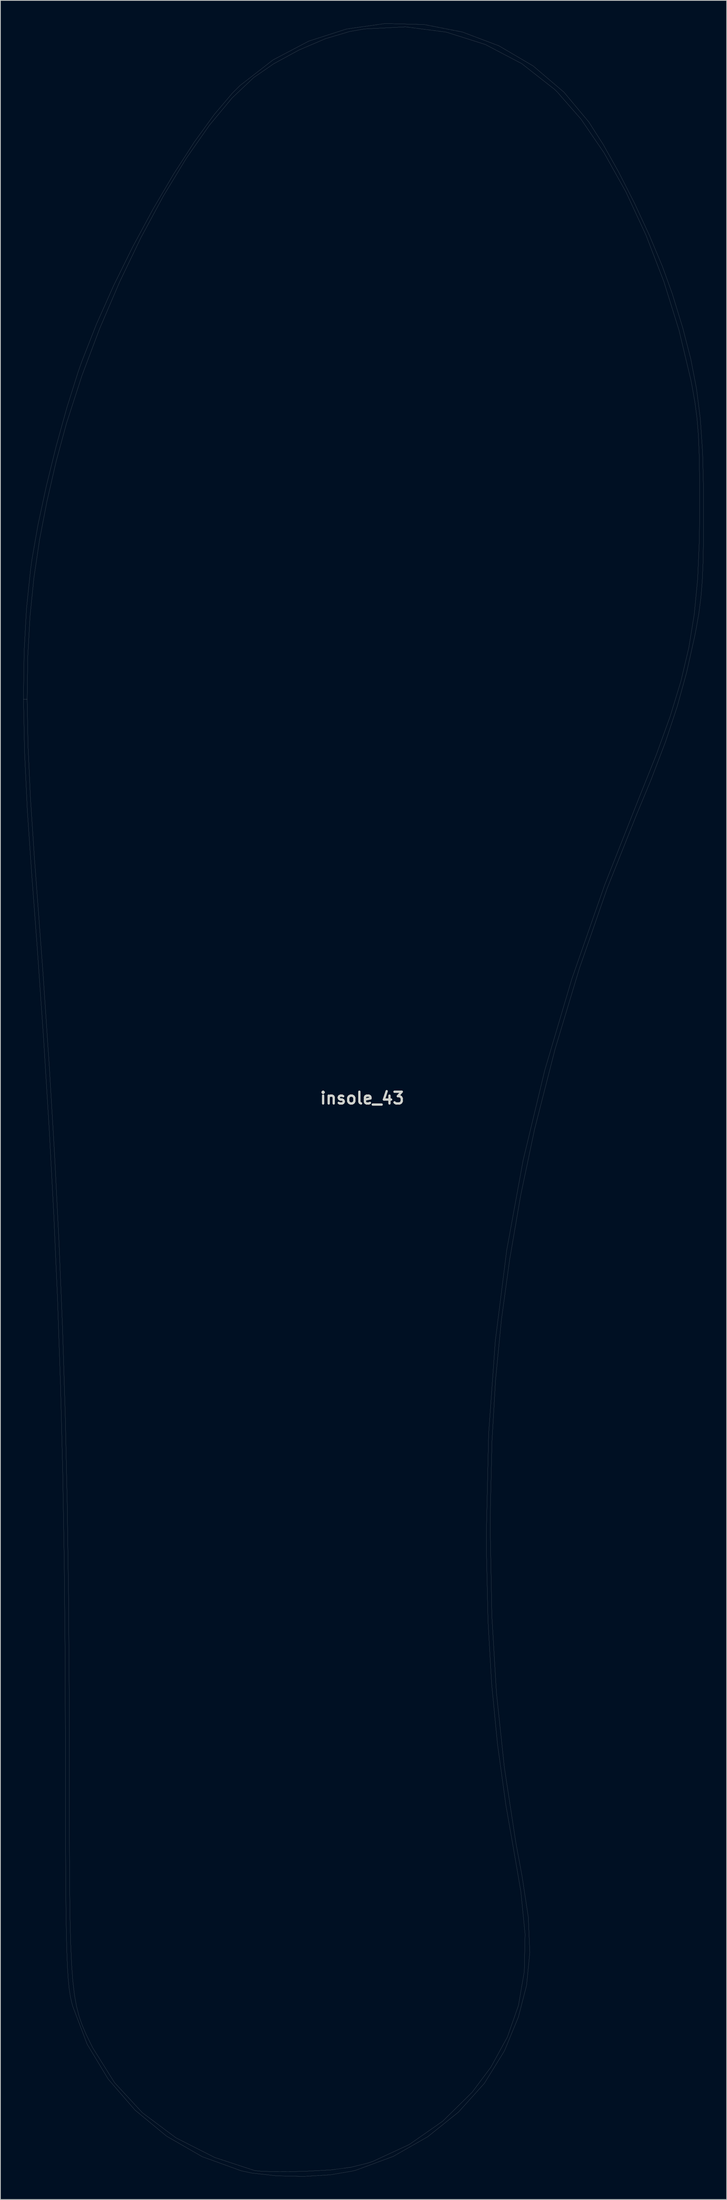
<source format=kicad_pcb>
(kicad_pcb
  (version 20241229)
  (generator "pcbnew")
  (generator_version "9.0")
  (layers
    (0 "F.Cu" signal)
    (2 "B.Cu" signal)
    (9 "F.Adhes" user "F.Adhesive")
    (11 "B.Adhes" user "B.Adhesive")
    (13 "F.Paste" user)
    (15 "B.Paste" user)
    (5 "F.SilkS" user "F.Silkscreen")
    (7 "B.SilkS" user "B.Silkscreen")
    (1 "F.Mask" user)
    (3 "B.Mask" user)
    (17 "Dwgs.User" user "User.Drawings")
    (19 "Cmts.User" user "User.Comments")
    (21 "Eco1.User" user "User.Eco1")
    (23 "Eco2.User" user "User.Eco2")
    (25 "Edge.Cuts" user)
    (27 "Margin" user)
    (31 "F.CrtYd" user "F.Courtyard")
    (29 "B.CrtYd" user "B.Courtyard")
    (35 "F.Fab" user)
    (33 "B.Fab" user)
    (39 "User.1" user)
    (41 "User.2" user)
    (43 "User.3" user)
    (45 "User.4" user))
  (footprint "insole_43"
    (layer "F.Cu")
    (at 44.082 139.673)
    (property "Reference" "insole_43" (at 0 0 0) (layer "Edge.Cuts") (effects (font (size 1.524 1.524) (thickness 0.3))))
    (attr through_hole)
    (fp_poly (pts (xy 8.075 -139.533) (xy 13.046 -138.56) (xy 17.811 -136.763) (xy 22.255 -134.153) (xy 26.266 -130.741) (xy 29.493 -126.88) (xy 31.364 -123.963) (xy 33.393 -120.349) (xy 35.445 -116.315) (xy 37.384 -112.138) (xy 39.077 -108.094) (xy 40.355 -104.564) (xy 41.72 -100.124) (xy 42.759 -96.106) (xy 43.51 -92.245) (xy 44.013 -88.276) (xy 44.306 -83.933) (xy 44.429 -78.953) (xy 44.438 -76.708) (xy 44.424 -72.811) (xy 44.371 -69.714) (xy 44.263 -67.198) (xy 44.086 -65.047) (xy 43.825 -63.045) (xy 43.464 -60.974) (xy 43.266 -59.967) (xy 42.238 -55.372) (xy 41.013 -50.932) (xy 39.504 -46.378) (xy 37.625 -41.444) (xy 35.741 -36.914) (xy 31.86 -27.186) (xy 28.28 -16.885) (xy 25.102 -6.349) (xy 22.431 4.08) (xy 20.619 12.7) (xy 19.196 20.986) (xy 18.121 28.839) (xy 17.365 36.583) (xy 16.9 44.541) (xy 16.695 53.039) (xy 16.68 56.642) (xy 16.877 67.262) (xy 17.476 77.262) (xy 18.505 86.971) (xy 19.996 96.715) (xy 20.817 101.151) (xy 21.618 106.4) (xy 21.82 111.043) (xy 21.398 115.313) (xy 20.329 119.439) (xy 18.588 123.655) (xy 18.455 123.928) (xy 15.908 128.045) (xy 12.545 131.774) (xy 8.534 134.983) (xy 4.043 137.54) (xy -0.76 139.313) (xy -1.25 139.442) (xy -4.153 139.932) (xy -7.586 140.139) (xy -11.121 140.064) (xy -14.332 139.708) (xy -15.748 139.407) (xy -20.809 137.578) (xy -25.453 134.909) (xy -29.57 131.511) (xy -33.052 127.491) (xy -35.789 122.959) (xy -37.67 118.024) (xy -37.803 117.529) (xy -37.98 116.722) (xy -38.13 115.73) (xy -38.255 114.467) (xy -38.357 112.85) (xy -38.438 110.792) (xy -38.501 108.208) (xy -38.548 105.014) (xy -38.581 101.125) (xy -38.601 96.454) (xy -38.613 90.919) (xy -38.616 86.033) (xy -38.655 72.828) (xy -38.769 60.44) (xy -38.967 48.672) (xy -39.255 37.325) (xy -39.641 26.204) (xy -40.133 15.11) (xy -40.737 3.847) (xy -41.463 -7.783) (xy -42.316 -19.976) (xy -42.994 -28.956) (xy -43.578 -37.457) (xy -43.939 -45.071) (xy -44.076 -51.827) (xy -43.598 -51.827) (xy -43.479 -45.714) (xy -43.165 -38.938) (xy -42.663 -31.351) (xy -42.482 -28.956) (xy -41.532 -16.205) (xy -40.716 -4.15) (xy -40.026 7.408) (xy -39.455 18.665) (xy -38.996 29.82) (xy -38.641 41.071) (xy -38.383 52.614) (xy -38.213 64.648) (xy -38.125 77.371) (xy -38.108 86.033) (xy -38.104 92.462) (xy -38.093 97.965) (xy -38.066 102.63) (xy -38.016 106.547) (xy -37.936 109.805) (xy -37.82 112.494) (xy -37.658 114.701) (xy -37.445 116.518) (xy -37.173 118.032) (xy -36.835 119.333) (xy -36.423 120.511) (xy -35.93 121.655) (xy -35.349 122.853) (xy -35.058 123.432) (xy -32.21 127.97) (xy -28.582 131.881) (xy -24.22 135.131) (xy -19.172 137.684) (xy -13.97 139.385) (xy -13.061 139.475) (xy -11.395 139.52) (xy -9.229 139.514) (xy -7.366 139.474) (xy -4.06 139.294) (xy -1.451 138.949) (xy 0.773 138.395) (xy 1.383 138.191) (xy 6.115 136.004) (xy 10.482 132.962) (xy 14.303 129.211) (xy 16.751 125.943) (xy 18.896 122.028) (xy 20.34 117.928) (xy 21.103 113.506) (xy 21.203 108.625) (xy 20.656 103.145) (xy 20.134 100.076) (xy 18.697 91.82) (xy 17.611 83.926) (xy 16.849 76.085) (xy 16.382 67.984) (xy 16.183 59.312) (xy 16.172 56.134) (xy 16.461 43.613) (xy 17.332 31.531) (xy 18.818 19.736) (xy 20.95 8.072) (xy 23.761 -3.614) (xy 27.282 -15.477) (xy 31.547 -27.669) (xy 36.006 -38.953) (xy 38.275 -44.612) (xy 40.085 -49.614) (xy 41.482 -54.182) (xy 42.513 -58.54) (xy 43.226 -62.911) (xy 43.668 -67.519) (xy 43.884 -72.587) (xy 43.927 -76.708) (xy 43.914 -80.608) (xy 43.861 -83.709) (xy 43.754 -86.226) (xy 43.578 -88.375) (xy 43.317 -90.373) (xy 42.957 -92.434) (xy 42.77 -93.388) (xy 41.235 -99.81) (xy 39.268 -106.116) (xy 36.94 -112.16) (xy 34.319 -117.794) (xy 31.475 -122.871) (xy 28.476 -127.244) (xy 25.393 -130.766) (xy 25.022 -131.123) (xy 20.767 -134.454) (xy 16.029 -136.942) (xy 10.943 -138.548) (xy 5.645 -139.233) (xy 0.272 -138.961) (xy -1.626 -138.627) (xy -4.777 -137.692) (xy -8.217 -136.225) (xy -11.53 -134.426) (xy -14.109 -132.646) (xy -16.926 -129.99) (xy -19.866 -126.46) (xy -22.863 -122.179) (xy -25.854 -117.272) (xy -28.776 -111.864) (xy -31.563 -106.079) (xy -34.152 -100.041) (xy -36.479 -93.875) (xy -38.479 -87.704) (xy -39.822 -82.766) (xy -41.023 -77.559) (xy -41.985 -72.568) (xy -42.716 -67.645) (xy -43.224 -62.646) (xy -43.516 -57.421) (xy -43.598 -51.827) (xy -44.076 -51.827) (xy -44.077 -51.901) (xy -43.992 -58.051) (xy -43.683 -63.623) (xy -43.151 -68.722) (xy -42.959 -70.104) (xy -42.183 -74.54) (xy -41.104 -79.546) (xy -39.816 -84.76) (xy -38.408 -89.818) (xy -36.974 -94.355) (xy -36.481 -95.758) (xy -34.574 -100.607) (xy -32.339 -105.619) (xy -29.861 -110.642) (xy -27.228 -115.525) (xy -24.527 -120.117) (xy -21.844 -124.265) (xy -19.267 -127.819) (xy -16.882 -130.628) (xy -15.898 -131.606) (xy -11.6 -134.936) (xy -6.94 -137.382) (xy -2.032 -138.955) (xy 3.011 -139.668) (xy 8.075 -139.533)) (stroke (width 0.01) (type solid)) (fill no) (layer "Edge.Cuts")))
  (gr_rect
    (start -3 -3)
    (end 91.526 282.817)
    (stroke (width 0.1) (type default))
    (fill no)
    (layer "Edge.Cuts")))
</source>
